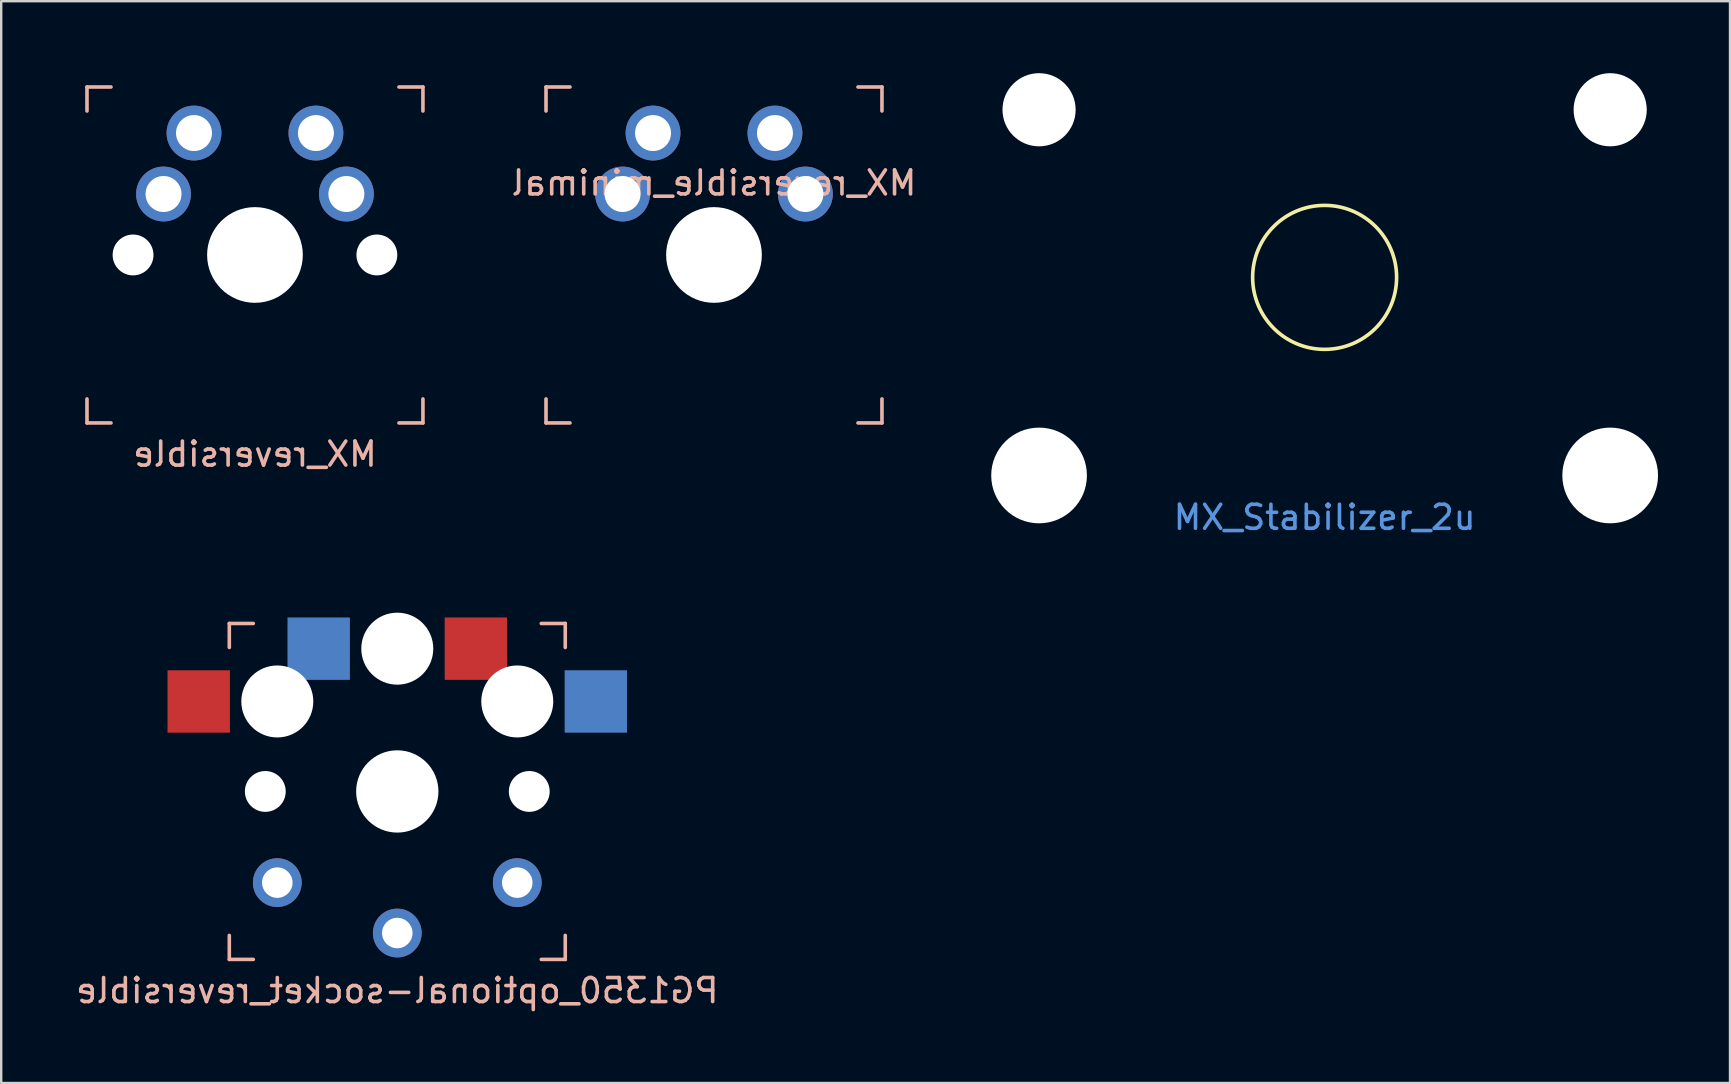
<source format=kicad_pcb>
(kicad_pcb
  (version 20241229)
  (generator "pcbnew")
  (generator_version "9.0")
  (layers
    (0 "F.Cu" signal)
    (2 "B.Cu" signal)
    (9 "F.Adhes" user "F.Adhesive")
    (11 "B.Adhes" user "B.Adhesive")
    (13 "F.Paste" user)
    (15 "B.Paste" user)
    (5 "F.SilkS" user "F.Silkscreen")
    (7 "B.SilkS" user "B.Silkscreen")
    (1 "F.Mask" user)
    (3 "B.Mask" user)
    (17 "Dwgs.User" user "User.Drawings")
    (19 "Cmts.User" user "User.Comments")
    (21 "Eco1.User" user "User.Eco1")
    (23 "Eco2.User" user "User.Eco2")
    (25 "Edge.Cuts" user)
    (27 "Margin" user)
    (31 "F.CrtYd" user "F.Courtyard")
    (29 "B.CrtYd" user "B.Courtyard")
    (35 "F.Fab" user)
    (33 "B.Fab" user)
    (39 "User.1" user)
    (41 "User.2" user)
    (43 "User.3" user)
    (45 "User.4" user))
  (footprint "PG1350_optional-socket_reversible"
    (layer "F.Cu")
    (at 13.506 29.932)
    (property "Reference" "PG1350_optional-socket_reversible" (at 0 8.3 0) (layer "B.SilkS") (effects (font (size 1 1) (thickness 0.15)) (justify mirror)))
    (attr through_hole)
    (fp_line (start -7 -7) (end -6 -7) (stroke (width 0.15) (type solid)) (layer "B.SilkS"))
    (fp_line (start -7 -6) (end -7 -7) (stroke (width 0.15) (type solid)) (layer "B.SilkS"))
    (fp_line (start -7 7) (end -7 6) (stroke (width 0.15) (type solid)) (layer "B.SilkS"))
    (fp_line (start -6 7) (end -7 7) (stroke (width 0.15) (type solid)) (layer "B.SilkS"))
    (fp_line (start 6 -7) (end 7 -7) (stroke (width 0.15) (type solid)) (layer "B.SilkS"))
    (fp_line (start 7 -7) (end 7 -6) (stroke (width 0.15) (type solid)) (layer "B.SilkS"))
    (fp_line (start 7 6) (end 7 7) (stroke (width 0.15) (type solid)) (layer "B.SilkS"))
    (fp_line (start 7 7) (end 6 7) (stroke (width 0.15) (type solid)) (layer "B.SilkS"))
    (fp_line (start -7.5 -7.5) (end 7.5 -7.5) (stroke (width 0.15) (type solid)) (layer "Eco2.User"))
    (fp_line (start -7.5 7.5) (end -7.5 -7.5) (stroke (width 0.15) (type solid)) (layer "Eco2.User"))
    (fp_line (start -6.9 6.9) (end -6.9 -6.9) (stroke (width 0.15) (type solid)) (layer "Eco2.User"))
    (fp_line (start -6.9 6.9) (end 6.9 6.9) (stroke (width 0.15) (type solid)) (layer "Eco2.User"))
    (fp_line (start -2.6 -3.1) (end -2.6 -6.3) (stroke (width 0.15) (type solid)) (layer "Eco2.User"))
    (fp_line (start -2.6 -3.1) (end 2.6 -3.1) (stroke (width 0.15) (type solid)) (layer "Eco2.User"))
    (fp_line (start 2.6 -6.3) (end -2.6 -6.3) (stroke (width 0.15) (type solid)) (layer "Eco2.User"))
    (fp_line (start 2.6 -3.1) (end 2.6 -6.3) (stroke (width 0.15) (type solid)) (layer "Eco2.User"))
    (fp_line (start 6.9 -6.9) (end -6.9 -6.9) (stroke (width 0.15) (type solid)) (layer "Eco2.User"))
    (fp_line (start 6.9 -6.9) (end 6.9 6.9) (stroke (width 0.15) (type solid)) (layer "Eco2.User"))
    (fp_line (start 7.5 -7.5) (end 7.5 7.5) (stroke (width 0.15) (type solid)) (layer "Eco2.User"))
    (fp_line (start 7.5 7.5) (end -7.5 7.5) (stroke (width 0.15) (type solid)) (layer "Eco2.User"))
    (pad "" np_thru_hole circle (at -5.5 0) (size 1.702 1.702) (drill 1.702) (layers "*.Cu" "*.Mask"))
    (pad "" np_thru_hole circle (at -5 -3.75) (size 3 3) (drill 3) (layers "*.Cu" "*.Mask"))
    (pad "" np_thru_hole circle (at 0 -5.95) (size 3 3) (drill 3) (layers "*.Cu" "*.Mask"))
    (pad "" np_thru_hole circle (at 0 0) (size 3.429 3.429) (drill 3.429) (layers "*.Cu" "*.Mask"))
    (pad "" np_thru_hole circle (at 5 -3.75) (size 3 3) (drill 3) (layers "*.Cu" "*.Mask"))
    (pad "" np_thru_hole circle (at 5.5 0) (size 1.702 1.702) (drill 1.702) (layers "*.Cu" "*.Mask"))
    (pad "1" smd rect (at -3.275 -5.95) (size 2.6 2.6) (layers "B.Cu" "B.Mask" "B.Paste"))
    (pad "1" thru_hole circle (at 0 5.9) (size 2.032 2.032) (drill 1.27) (layers "*.Cu" "*.Mask"))
    (pad "1" smd rect (at 3.275 -5.95) (size 2.6 2.6) (layers "F.Cu" "F.Mask" "F.Paste"))
    (pad "2" smd rect (at -8.275 -3.75) (size 2.6 2.6) (layers "F.Cu" "F.Mask" "F.Paste"))
    (pad "2" thru_hole circle (at -5 3.8) (size 2.032 2.032) (drill 1.27) (layers "*.Cu" "*.Mask"))
    (pad "2" thru_hole circle (at 5 3.8) (size 2.032 2.032) (drill 1.27) (layers "*.Cu" "*.Mask"))
    (pad "2" smd rect (at 8.275 -3.75) (size 2.6 2.6) (layers "B.Cu" "B.Mask" "B.Paste")))
  (footprint "MX_reversible_minimal"
    (layer "F.Cu")
    (at 26.704 7.575)
    (property "Reference" "MX_reversible_minimal" (at 0 -3 0) (layer "B.SilkS") (effects (font (size 1 1) (thickness 0.15)) (justify mirror)))
    (attr through_hole)
    (fp_line (start -7 -7) (end -6 -7) (stroke (width 0.15) (type solid)) (layer "B.SilkS"))
    (fp_line (start -7 -6) (end -7 -7) (stroke (width 0.15) (type solid)) (layer "B.SilkS"))
    (fp_line (start -7 7) (end -7 6) (stroke (width 0.15) (type solid)) (layer "B.SilkS"))
    (fp_line (start -6 7) (end -7 7) (stroke (width 0.15) (type solid)) (layer "B.SilkS"))
    (fp_line (start 6 -7) (end 7 -7) (stroke (width 0.15) (type solid)) (layer "B.SilkS"))
    (fp_line (start 7 -7) (end 7 -6) (stroke (width 0.15) (type solid)) (layer "B.SilkS"))
    (fp_line (start 7 6) (end 7 7) (stroke (width 0.15) (type solid)) (layer "B.SilkS"))
    (fp_line (start 7 7) (end 6 7) (stroke (width 0.15) (type solid)) (layer "B.SilkS"))
    (fp_line (start -7.5 -7.5) (end 7.5 -7.5) (stroke (width 0.15) (type solid)) (layer "Eco2.User"))
    (fp_line (start -7.5 7.5) (end -7.5 -7.5) (stroke (width 0.15) (type solid)) (layer "Eco2.User"))
    (fp_line (start -6.9 6.9) (end -6.9 -6.9) (stroke (width 0.15) (type solid)) (layer "Eco2.User"))
    (fp_line (start -6.9 6.9) (end 6.9 6.9) (stroke (width 0.15) (type solid)) (layer "Eco2.User"))
    (fp_line (start 6.9 -6.9) (end -6.9 -6.9) (stroke (width 0.15) (type solid)) (layer "Eco2.User"))
    (fp_line (start 6.9 -6.9) (end 6.9 6.9) (stroke (width 0.15) (type solid)) (layer "Eco2.User"))
    (fp_line (start 7.5 -7.5) (end 7.5 7.5) (stroke (width 0.15) (type solid)) (layer "Eco2.User"))
    (fp_line (start 7.5 7.5) (end -7.5 7.5) (stroke (width 0.15) (type solid)) (layer "Eco2.User"))
    (pad "" np_thru_hole circle (at 0 0) (size 3.988 3.988) (drill 3.988) (layers "*.Cu" "*.Mask"))
    (pad "1" thru_hole circle (at -3.81 -2.54) (size 2.286 2.286) (drill 1.499) (layers "*.Cu" "*.Mask"))
    (pad "1" thru_hole circle (at -2.54 -5.08) (size 2.286 2.286) (drill 1.499) (layers "*.Cu" "*.Mask"))
    (pad "2" thru_hole circle (at 2.54 -5.08) (size 2.286 2.286) (drill 1.499) (layers "*.Cu" "*.Mask"))
    (pad "2" thru_hole circle (at 3.81 -2.54) (size 2.286 2.286) (drill 1.499) (layers "*.Cu" "*.Mask")))
  (footprint "MX_Stabilizer_2u"
    (layer "F.Cu")
    (at 52.151 8.509)
    (property "Reference" "MX_Stabilizer_2u" (at 0 10 0) (layer "Cmts.User") (effects (font (size 1 1) (thickness 0.15))))
    (attr through_hole)
    (fp_circle (center 0 0) (end 3 0) (stroke (width 0.15) (type solid)) (fill no) (layer "F.SilkS"))
    (pad "" np_thru_hole circle (at -11.9 -6.985) (size 3.048 3.048) (drill 3.048) (layers "*.Cu" "*.Mask"))
    (pad "" np_thru_hole circle (at -11.9 8.255) (size 3.988 3.988) (drill 3.988) (layers "*.Cu" "*.Mask"))
    (pad "" np_thru_hole circle (at 11.9 -6.985) (size 3.048 3.048) (drill 3.048) (layers "*.Cu" "*.Mask"))
    (pad "" np_thru_hole circle (at 11.9 8.255) (size 3.988 3.988) (drill 3.988) (layers "*.Cu" "*.Mask")))
  (footprint "MX_reversible"
    (layer "F.Cu")
    (at 7.575 7.575)
    (property "Reference" "MX_reversible" (at 0 8.3 0) (layer "B.SilkS") (effects (font (size 1 1) (thickness 0.15)) (justify mirror)))
    (attr through_hole)
    (fp_line (start -7 -7) (end -6 -7) (stroke (width 0.15) (type solid)) (layer "B.SilkS"))
    (fp_line (start -7 -6) (end -7 -7) (stroke (width 0.15) (type solid)) (layer "B.SilkS"))
    (fp_line (start -7 7) (end -7 6) (stroke (width 0.15) (type solid)) (layer "B.SilkS"))
    (fp_line (start -6 7) (end -7 7) (stroke (width 0.15) (type solid)) (layer "B.SilkS"))
    (fp_line (start 6 -7) (end 7 -7) (stroke (width 0.15) (type solid)) (layer "B.SilkS"))
    (fp_line (start 7 -7) (end 7 -6) (stroke (width 0.15) (type solid)) (layer "B.SilkS"))
    (fp_line (start 7 6) (end 7 7) (stroke (width 0.15) (type solid)) (layer "B.SilkS"))
    (fp_line (start 7 7) (end 6 7) (stroke (width 0.15) (type solid)) (layer "B.SilkS"))
    (fp_line (start -7.5 -7.5) (end 7.5 -7.5) (stroke (width 0.15) (type solid)) (layer "Eco2.User"))
    (fp_line (start -7.5 7.5) (end -7.5 -7.5) (stroke (width 0.15) (type solid)) (layer "Eco2.User"))
    (fp_line (start -6.9 6.9) (end -6.9 -6.9) (stroke (width 0.15) (type solid)) (layer "Eco2.User"))
    (fp_line (start -6.9 6.9) (end 6.9 6.9) (stroke (width 0.15) (type solid)) (layer "Eco2.User"))
    (fp_line (start 6.9 -6.9) (end -6.9 -6.9) (stroke (width 0.15) (type solid)) (layer "Eco2.User"))
    (fp_line (start 6.9 -6.9) (end 6.9 6.9) (stroke (width 0.15) (type solid)) (layer "Eco2.User"))
    (fp_line (start 7.5 -7.5) (end 7.5 7.5) (stroke (width 0.15) (type solid)) (layer "Eco2.User"))
    (fp_line (start 7.5 7.5) (end -7.5 7.5) (stroke (width 0.15) (type solid)) (layer "Eco2.User"))
    (pad "" np_thru_hole circle (at -5.08 0) (size 1.702 1.702) (drill 1.702) (layers "*.Cu" "*.Mask"))
    (pad "" np_thru_hole circle (at 0 0) (size 3.988 3.988) (drill 3.988) (layers "*.Cu" "*.Mask"))
    (pad "" np_thru_hole circle (at 5.08 0) (size 1.702 1.702) (drill 1.702) (layers "*.Cu" "*.Mask"))
    (pad "1" thru_hole circle (at -3.81 -2.54) (size 2.286 2.286) (drill 1.499) (layers "*.Cu" "*.Mask"))
    (pad "1" thru_hole circle (at -2.54 -5.08) (size 2.286 2.286) (drill 1.499) (layers "*.Cu" "*.Mask"))
    (pad "2" thru_hole circle (at 2.54 -5.08) (size 2.286 2.286) (drill 1.499) (layers "*.Cu" "*.Mask"))
    (pad "2" thru_hole circle (at 3.81 -2.54) (size 2.286 2.286) (drill 1.499) (layers "*.Cu" "*.Mask")))
  (gr_rect
    (start -3 -3)
    (end 69.045 42.081)
    (stroke (width 0.1) (type default))
    (fill no)
    (layer "Edge.Cuts")))
</source>
